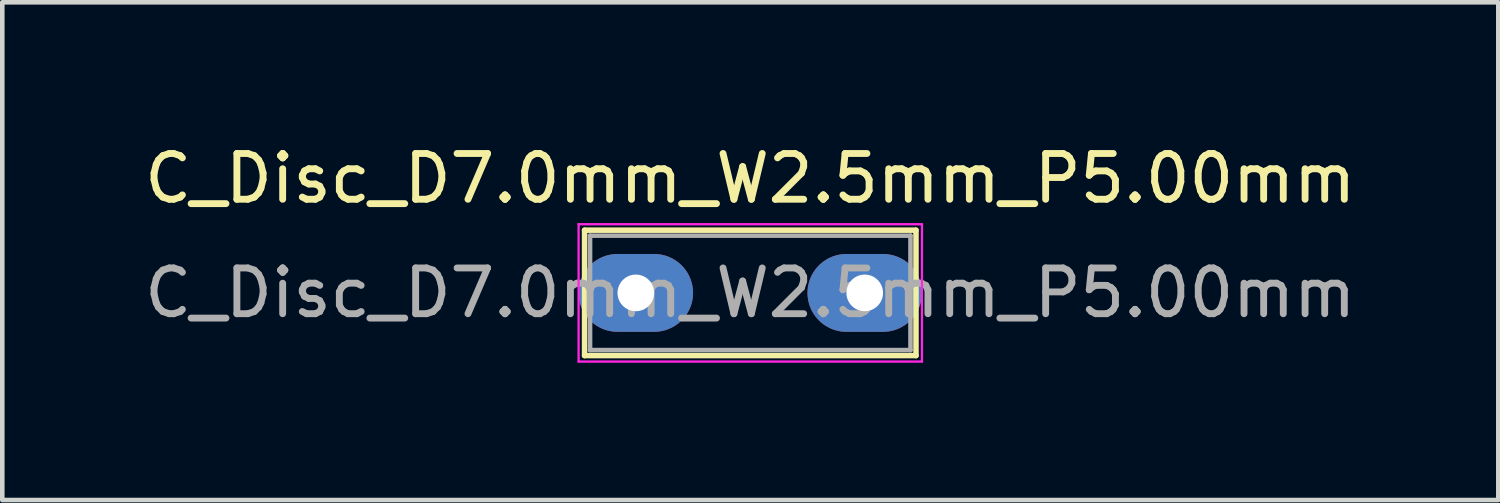
<source format=kicad_pcb>
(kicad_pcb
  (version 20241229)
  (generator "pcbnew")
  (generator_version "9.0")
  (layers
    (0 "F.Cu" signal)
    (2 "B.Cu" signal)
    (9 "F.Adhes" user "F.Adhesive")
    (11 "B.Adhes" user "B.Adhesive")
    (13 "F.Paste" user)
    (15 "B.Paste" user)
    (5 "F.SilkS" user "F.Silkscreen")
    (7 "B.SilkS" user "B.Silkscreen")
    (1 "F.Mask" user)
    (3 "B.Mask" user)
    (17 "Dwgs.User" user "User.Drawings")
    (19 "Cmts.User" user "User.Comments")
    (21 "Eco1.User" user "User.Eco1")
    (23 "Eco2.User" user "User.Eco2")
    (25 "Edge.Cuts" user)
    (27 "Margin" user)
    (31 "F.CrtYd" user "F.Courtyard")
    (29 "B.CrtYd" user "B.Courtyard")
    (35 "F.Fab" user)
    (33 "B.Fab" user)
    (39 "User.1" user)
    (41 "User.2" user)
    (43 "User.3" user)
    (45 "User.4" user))
  (footprint "C_Disc_D7.0mm_W2.5mm_P5.00mm"
    (layer "F.Cu")
    (at 10.839 3.348)
    (property "Reference" "C_Disc_D7.0mm_W2.5mm_P5.00mm" (at 2.5 -2.5 0) (layer "F.SilkS") (effects (font (size 1 1) (thickness 0.15))))
    (attr through_hole)
    (fp_line (start -1.12 -1.37) (end -1.12 1.37) (stroke (width 0.12) (type solid)) (layer "F.SilkS"))
    (fp_line (start -1.12 -1.37) (end 6.12 -1.37) (stroke (width 0.12) (type solid)) (layer "F.SilkS"))
    (fp_line (start -1.12 1.37) (end 6.12 1.37) (stroke (width 0.12) (type solid)) (layer "F.SilkS"))
    (fp_line (start 6.12 -1.37) (end 6.12 1.37) (stroke (width 0.12) (type solid)) (layer "F.SilkS"))
    (fp_line (start -1.25 -1.5) (end -1.25 1.5) (stroke (width 0.05) (type solid)) (layer "F.CrtYd"))
    (fp_line (start -1.25 1.5) (end 6.25 1.5) (stroke (width 0.05) (type solid)) (layer "F.CrtYd"))
    (fp_line (start 6.25 -1.5) (end -1.25 -1.5) (stroke (width 0.05) (type solid)) (layer "F.CrtYd"))
    (fp_line (start 6.25 1.5) (end 6.25 -1.5) (stroke (width 0.05) (type solid)) (layer "F.CrtYd"))
    (fp_line (start -1 -1.25) (end -1 1.25) (stroke (width 0.1) (type solid)) (layer "F.Fab"))
    (fp_line (start -1 1.25) (end 6 1.25) (stroke (width 0.1) (type solid)) (layer "F.Fab"))
    (fp_line (start 6 -1.25) (end -1 -1.25) (stroke (width 0.1) (type solid)) (layer "F.Fab"))
    (fp_line (start 6 1.25) (end 6 -1.25) (stroke (width 0.1) (type solid)) (layer "F.Fab"))
    (fp_text user "${REFERENCE}" (at 2.5 0 0) (layer "F.Fab") (effects (font (size 1 1) (thickness 0.15))))
    (pad "1" thru_hole oval (at 0 0) (size 2.5 1.7) (drill 0.8) (layers "*.Cu" "*.Mask"))
    (pad "2" thru_hole oval (at 5 0) (size 2.5 1.7) (drill 0.8) (layers "*.Cu" "*.Mask")))
  (gr_rect
    (start -3 -3)
    (end 29.679 7.873)
    (stroke (width 0.1) (type default))
    (fill no)
    (layer "Edge.Cuts")))
</source>
